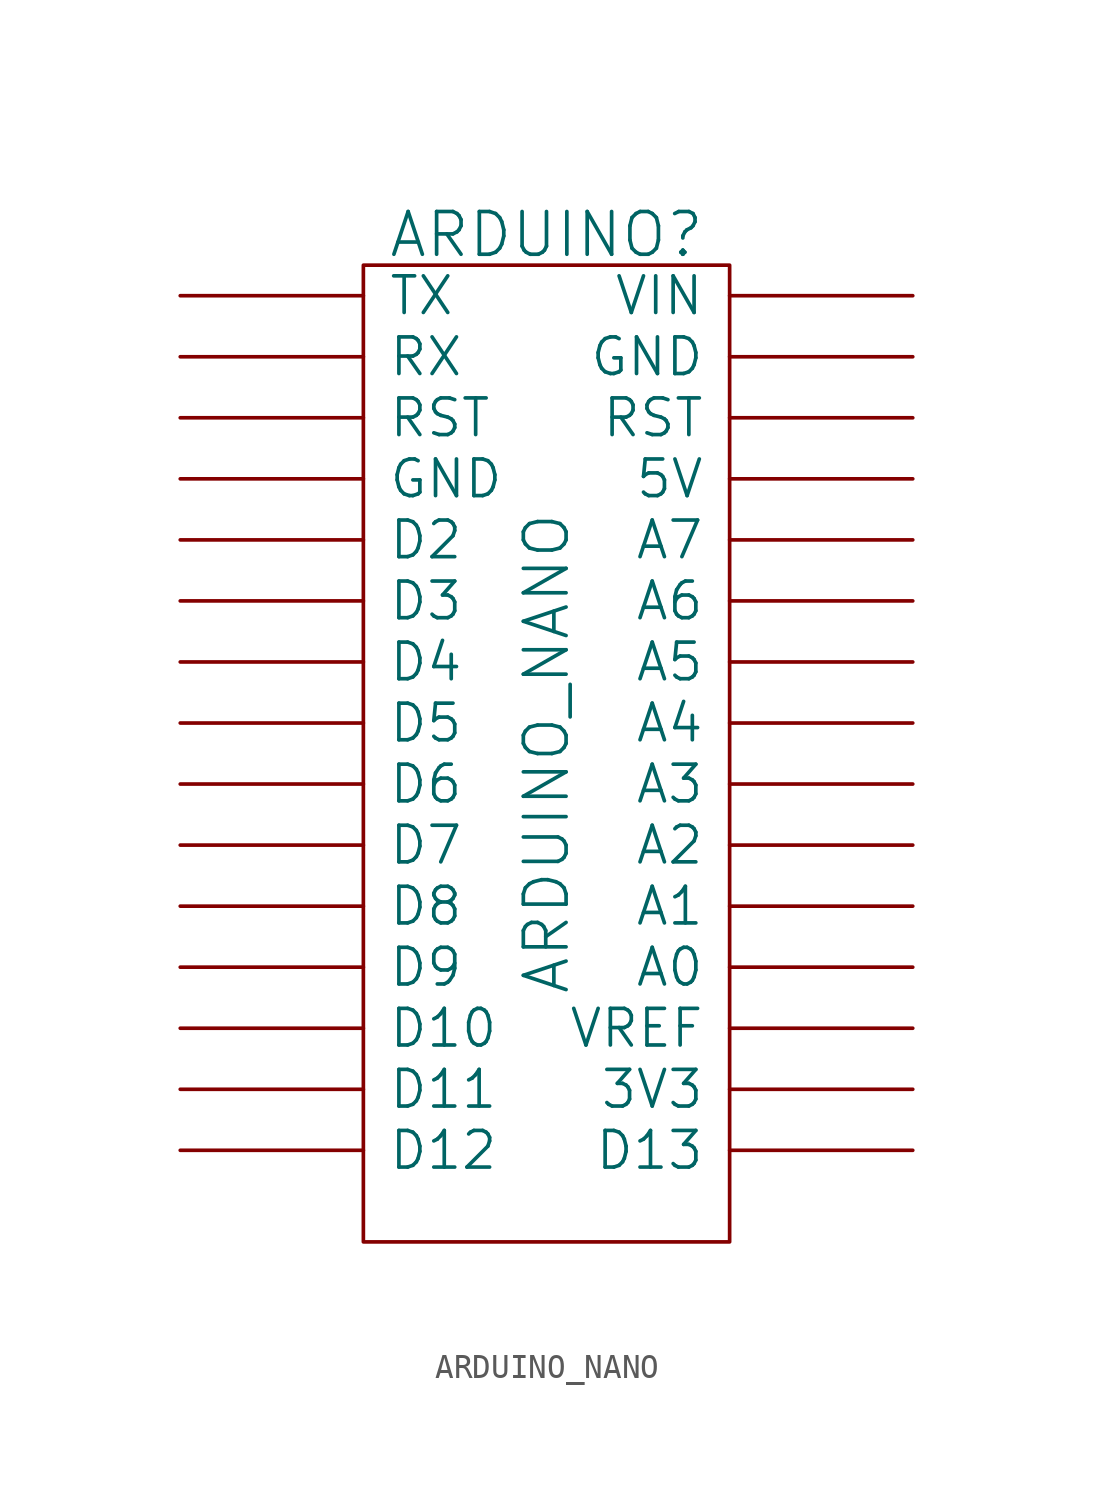
<source format=kicad_sym>
(kicad_symbol_lib
  (version 20231120)
  (generator "kicad_symbol_editor")
  (generator_version "8.0")
  (symbol "ARDUINO_NANO"
    (pin_numbers hide)
    (pin_names
      (offset 1.016))
    (property "Reference" "ARDUINO"
      (at 0 21.59 0)
      (effects (font (size 1.778 1.778))))
    (property "Value" "ARDUINO_NANO"
      (at 0 0 90)
      (effects (font (size 1.778 1.778))))
    (property "Footprint" ""
      (at 0 0 0)
      (effects (font (size 1.524 1.524))))
    (property "Datasheet" ""
      (at 0 0 0)
      (effects (font (size 1.524 1.524))))
    (symbol "ARDUINO_NANO_0_1"
      (rectangle (start -7.62 20.32) (end 7.62 -20.32) (stroke (width 0) (type solid)) (fill (type none)))
      (pin output line (at -15.24 19.05 0) (length 7.62) (name "TX" (effects (font (size 1.524 1.524)))) (number "1" (effects (font (size 1.524 1.524)))))
      (pin bidirectional line (at -15.24 -3.81 0) (length 7.62) (name "D7" (effects (font (size 1.524 1.524)))) (number "10" (effects (font (size 1.524 1.524)))))
      (pin bidirectional line (at -15.24 -6.35 0) (length 7.62) (name "D8" (effects (font (size 1.524 1.524)))) (number "11" (effects (font (size 1.524 1.524)))))
      (pin bidirectional line (at -15.24 -8.89 0) (length 7.62) (name "D9" (effects (font (size 1.524 1.524)))) (number "12" (effects (font (size 1.524 1.524)))))
      (pin bidirectional line (at -15.24 -11.43 0) (length 7.62) (name "D10" (effects (font (size 1.524 1.524)))) (number "13" (effects (font (size 1.524 1.524)))))
      (pin bidirectional line (at -15.24 -13.97 0) (length 7.62) (name "D11" (effects (font (size 1.524 1.524)))) (number "14" (effects (font (size 1.524 1.524)))))
      (pin bidirectional line (at -15.24 -16.51 0) (length 7.62) (name "D12" (effects (font (size 1.524 1.524)))) (number "15" (effects (font (size 1.524 1.524)))))
      (pin bidirectional line (at 15.24 -16.51 180) (length 7.62) (name "D13" (effects (font (size 1.524 1.524)))) (number "16" (effects (font (size 1.524 1.524)))))
      (pin power_out line (at 15.24 -13.97 180) (length 7.62) (name "3V3" (effects (font (size 1.524 1.524)))) (number "17" (effects (font (size 1.524 1.524)))))
      (pin output line (at 15.24 -11.43 180) (length 7.62) (name "VREF" (effects (font (size 1.524 1.524)))) (number "18" (effects (font (size 1.524 1.524)))))
      (pin input line (at 15.24 -8.89 180) (length 7.62) (name "A0" (effects (font (size 1.524 1.524)))) (number "19" (effects (font (size 1.524 1.524)))))
      (pin input line (at -15.24 16.51 0) (length 7.62) (name "RX" (effects (font (size 1.524 1.524)))) (number "2" (effects (font (size 1.524 1.524)))))
      (pin input line (at 15.24 -6.35 180) (length 7.62) (name "A1" (effects (font (size 1.524 1.524)))) (number "20" (effects (font (size 1.524 1.524)))))
      (pin input line (at 15.24 -3.81 180) (length 7.62) (name "A2" (effects (font (size 1.524 1.524)))) (number "21" (effects (font (size 1.524 1.524)))))
      (pin input line (at 15.24 -1.27 180) (length 7.62) (name "A3" (effects (font (size 1.524 1.524)))) (number "22" (effects (font (size 1.524 1.524)))))
      (pin input line (at 15.24 1.27 180) (length 7.62) (name "A4" (effects (font (size 1.524 1.524)))) (number "23" (effects (font (size 1.524 1.524)))))
      (pin input line (at 15.24 3.81 180) (length 7.62) (name "A5" (effects (font (size 1.524 1.524)))) (number "24" (effects (font (size 1.524 1.524)))))
      (pin input line (at 15.24 6.35 180) (length 7.62) (name "A6" (effects (font (size 1.524 1.524)))) (number "25" (effects (font (size 1.524 1.524)))))
      (pin input line (at 15.24 8.89 180) (length 7.62) (name "A7" (effects (font (size 1.524 1.524)))) (number "26" (effects (font (size 1.524 1.524)))))
      (pin power_out line (at 15.24 11.43 180) (length 7.62) (name "5V" (effects (font (size 1.524 1.524)))) (number "27" (effects (font (size 1.524 1.524)))))
      (pin input line (at 15.24 13.97 180) (length 7.62) (name "RST" (effects (font (size 1.524 1.524)))) (number "28" (effects (font (size 1.524 1.524)))))
      (pin power_out line (at 15.24 16.51 180) (length 7.62) (name "GND" (effects (font (size 1.524 1.524)))) (number "29" (effects (font (size 1.524 1.524)))))
      (pin input line (at -15.24 13.97 0) (length 7.62) (name "RST" (effects (font (size 1.524 1.524)))) (number "3" (effects (font (size 1.524 1.524)))))
      (pin power_in line (at 15.24 19.05 180) (length 7.62) (name "VIN" (effects (font (size 1.524 1.524)))) (number "30" (effects (font (size 1.524 1.524)))))
      (pin power_out line (at -15.24 11.43 0) (length 7.62) (name "GND" (effects (font (size 1.524 1.524)))) (number "4" (effects (font (size 1.524 1.524)))))
      (pin bidirectional line (at -15.24 8.89 0) (length 7.62) (name "D2" (effects (font (size 1.524 1.524)))) (number "5" (effects (font (size 1.524 1.524)))))
      (pin bidirectional line (at -15.24 6.35 0) (length 7.62) (name "D3" (effects (font (size 1.524 1.524)))) (number "6" (effects (font (size 1.524 1.524)))))
      (pin bidirectional line (at -15.24 3.81 0) (length 7.62) (name "D4" (effects (font (size 1.524 1.524)))) (number "7" (effects (font (size 1.524 1.524)))))
      (pin bidirectional line (at -15.24 1.27 0) (length 7.62) (name "D5" (effects (font (size 1.524 1.524)))) (number "8" (effects (font (size 1.524 1.524)))))
      (pin bidirectional line (at -15.24 -1.27 0) (length 7.62) (name "D6" (effects (font (size 1.524 1.524)))) (number "9" (effects (font (size 1.524 1.524))))))))
</source>
